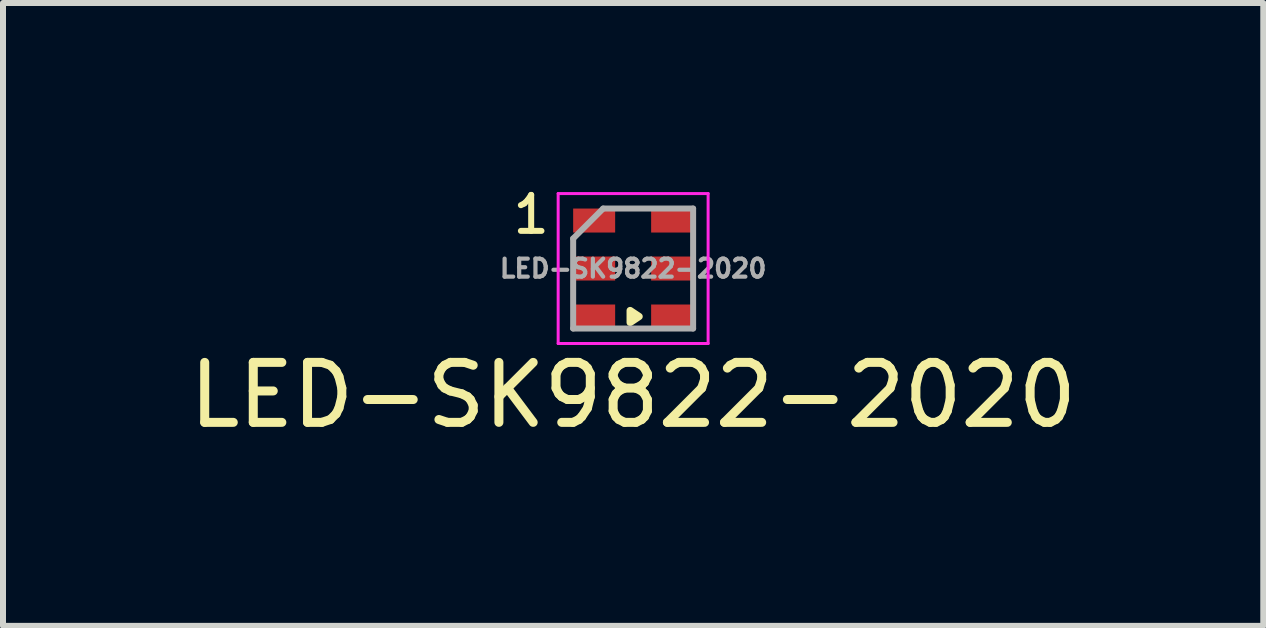
<source format=kicad_pcb>
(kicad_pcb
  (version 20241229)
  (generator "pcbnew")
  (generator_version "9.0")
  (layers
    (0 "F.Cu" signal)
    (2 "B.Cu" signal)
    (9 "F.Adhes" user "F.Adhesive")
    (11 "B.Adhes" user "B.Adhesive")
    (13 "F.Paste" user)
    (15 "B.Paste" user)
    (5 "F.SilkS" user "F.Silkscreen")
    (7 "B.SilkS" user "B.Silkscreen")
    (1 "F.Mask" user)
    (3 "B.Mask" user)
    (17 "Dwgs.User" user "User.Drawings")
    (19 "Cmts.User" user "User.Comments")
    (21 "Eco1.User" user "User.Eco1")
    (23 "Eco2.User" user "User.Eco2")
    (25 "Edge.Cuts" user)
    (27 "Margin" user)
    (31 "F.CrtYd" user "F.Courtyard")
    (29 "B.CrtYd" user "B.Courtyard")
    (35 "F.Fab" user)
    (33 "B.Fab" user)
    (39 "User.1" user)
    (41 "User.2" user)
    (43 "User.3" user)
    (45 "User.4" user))
  (footprint "LED-SK9822-2020"
    (layer "F.Cu")
    (at 7.506 1.427)
    (property "Reference" "LED-SK9822-2020" (at 0 2.11 0) (layer "F.SilkS") (effects (font (size 1 1) (thickness 0.15))))
    (attr smd)
    (fp_poly (pts (xy -0.05 0.7) (xy -0.05 0.9) (xy 0.1 0.8)) (stroke (width 0.12) (type solid)) (fill yes) (layer "F.SilkS"))
    (fp_line (start -1.25 -1.25) (end -1.25 1.25) (stroke (width 0.05) (type solid)) (layer "F.CrtYd"))
    (fp_line (start -1.25 -1.25) (end 1.25 -1.25) (stroke (width 0.05) (type solid)) (layer "F.CrtYd"))
    (fp_line (start 1.25 -1.25) (end 1.25 1.25) (stroke (width 0.05) (type solid)) (layer "F.CrtYd"))
    (fp_line (start 1.25 1.25) (end -1.25 1.25) (stroke (width 0.05) (type solid)) (layer "F.CrtYd"))
    (fp_line (start -1 1) (end -1 -0.5) (stroke (width 0.1) (type solid)) (layer "F.Fab"))
    (fp_line (start -0.5 -1) (end -1 -0.5) (stroke (width 0.1) (type solid)) (layer "F.Fab"))
    (fp_line (start -0.5 -1) (end 1 -1) (stroke (width 0.1) (type solid)) (layer "F.Fab"))
    (fp_line (start 1 -1) (end 1 1) (stroke (width 0.1) (type solid)) (layer "F.Fab"))
    (fp_line (start 1 1) (end -1 1) (stroke (width 0.1) (type solid)) (layer "F.Fab"))
    (fp_text user "1" (at -1.7 -0.9 0) (layer "F.SilkS") (effects (font (size 0.6 0.6) (thickness 0.1))))
    (fp_text user "${REFERENCE}" (at 0 0 0) (layer "F.Fab") (effects (font (size 0.3 0.3) (thickness 0.07))))
    (pad "1" smd rect (at -0.65 -0.8) (size 0.7 0.4) (layers "F.Cu" "F.Mask" "F.Paste"))
    (pad "2" smd rect (at -0.65 0) (size 0.7 0.4) (layers "F.Cu" "F.Mask" "F.Paste"))
    (pad "3" smd rect (at -0.65 0.8) (size 0.7 0.4) (layers "F.Cu" "F.Mask" "F.Paste"))
    (pad "4" smd rect (at 0.65 0.8) (size 0.7 0.4) (layers "F.Cu" "F.Mask" "F.Paste"))
    (pad "5" smd rect (at 0.65 0) (size 0.7 0.4) (layers "F.Cu" "F.Mask" "F.Paste"))
    (pad "6" smd rect (at 0.65 -0.8) (size 0.7 0.4) (layers "F.Cu" "F.Mask" "F.Paste")))
  (gr_rect
    (start -3 -3)
    (end 18.012 7.385)
    (stroke (width 0.1) (type default))
    (fill no)
    (layer "Edge.Cuts")))
</source>
